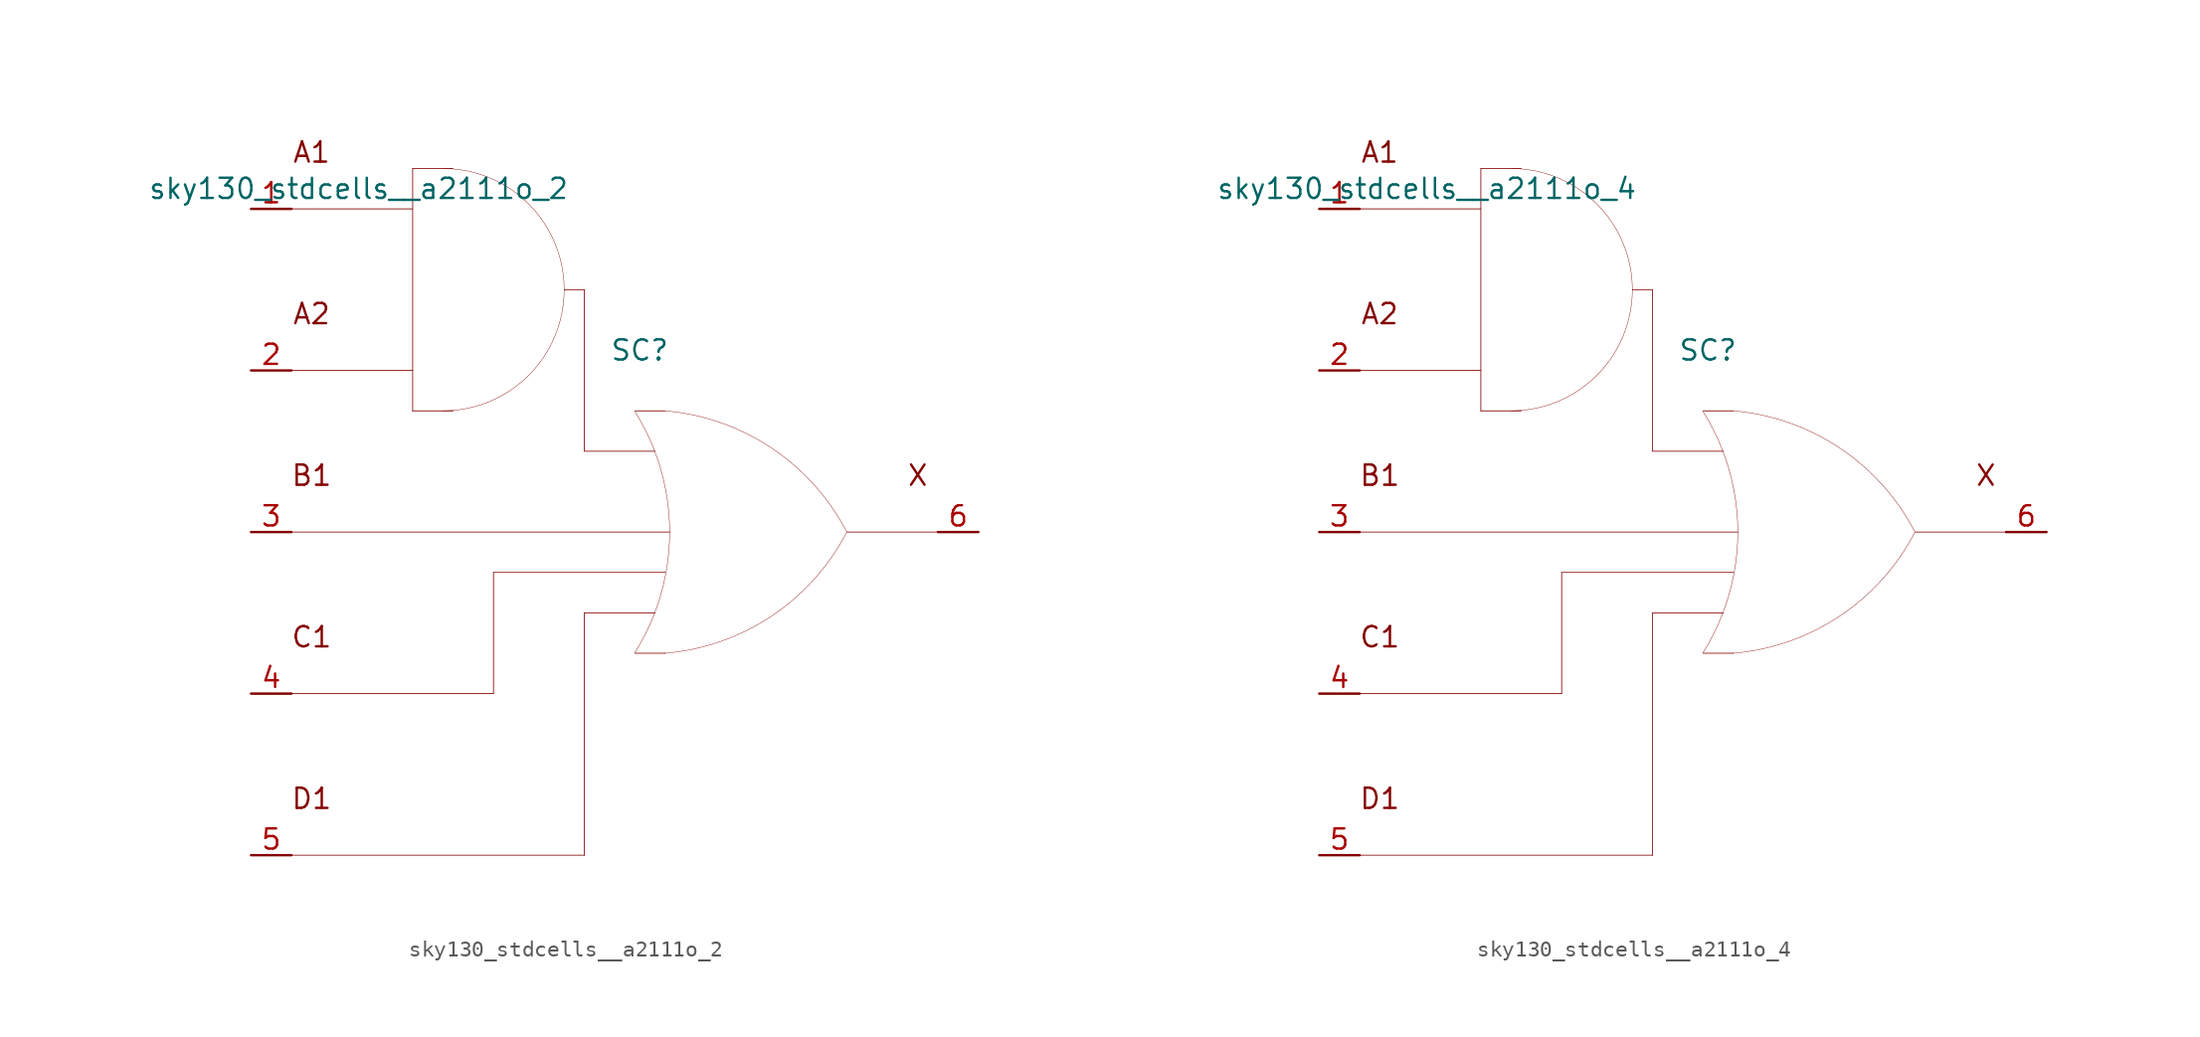
<source format=kicad_sym>
(kicad_symbol_lib
  (version 20211014)
  (generator kicad_symbol_editor)
  (symbol "sky130_stdcells__a2111o_2"
    (pin_names hide)
    (property "Reference" "SC"
      (at 1.575 11.43 0)
      (effects (font (size 1.27 1.27))))
    (property "Value" "sky130_stdcells__a2111o_2"
      (at -2.845 21.59 0)
      (effects (font (size 1.27 1.27)) (justify right)))
    (symbol "sky130_stdcells__a2111o_2_0_0"
      (arc (start -10.795 7.62) (mid -8.8228 7.8796) (end -6.985 8.6409) (stroke (width 0.0254) (type default) (color 0 0 0 0)) (fill (type none)))
      (arc (start -6.985 8.6409) (mid -5.4069 9.8519) (end -4.1959 11.43) (stroke (width 0.0254) (type default) (color 0 0 0 0)) (fill (type none)))
      (arc (start -6.985 21.8391) (mid -8.8228 22.6003) (end -10.795 22.86) (stroke (width 0.0254) (type default) (color 0 0 0 0)) (fill (type none)))
      (arc (start -4.1959 11.43) (mid -3.4347 13.2678) (end -3.175 15.24) (stroke (width 0.0254) (type default) (color 0 0 0 0)) (fill (type none)))
      (arc (start -4.1959 19.05) (mid -5.4069 20.6281) (end -6.985 21.8391) (stroke (width 0.0254) (type default) (color 0 0 0 0)) (fill (type none)))
      (arc (start -3.175 15.24) (mid -3.4346 17.2122) (end -4.1959 19.05) (stroke (width 0.0254) (type default) (color 0 0 0 0)) (fill (type none)))
      (polyline (pts (xy -20.32 -20.32) (xy -1.905 -20.32)) (stroke (width 0.051) (type default) (color 0 0 0 0)) (fill (type none)))
      (polyline (pts (xy -20.32 -10.16) (xy -7.62 -10.16)) (stroke (width 0.051) (type default) (color 0 0 0 0)) (fill (type none)))
      (polyline (pts (xy -20.32 0) (xy 3.454 0)) (stroke (width 0.051) (type default) (color 0 0 0 0)) (fill (type none)))
      (polyline (pts (xy -20.32 10.16) (xy -12.7 10.16)) (stroke (width 0.051) (type default) (color 0 0 0 0)) (fill (type none)))
      (polyline (pts (xy -20.32 20.32) (xy -12.7 20.32)) (stroke (width 0.051) (type default) (color 0 0 0 0)) (fill (type none)))
      (polyline (pts (xy -12.7 7.62) (xy -10.16 7.62)) (stroke (width 0.051) (type default) (color 0 0 0 0)) (fill (type none)))
      (polyline (pts (xy -12.7 22.86) (xy -12.7 7.62)) (stroke (width 0.051) (type default) (color 0 0 0 0)) (fill (type none)))
      (polyline (pts (xy -12.7 22.86) (xy -10.16 22.86)) (stroke (width 0.051) (type default) (color 0 0 0 0)) (fill (type none)))
      (polyline (pts (xy -7.62 -2.54) (xy -7.62 -10.16)) (stroke (width 0.051) (type default) (color 0 0 0 0)) (fill (type none)))
      (polyline (pts (xy -7.62 -2.54) (xy 3.175 -2.54)) (stroke (width 0.051) (type default) (color 0 0 0 0)) (fill (type none)))
      (polyline (pts (xy -3.175 15.24) (xy -1.905 15.24)) (stroke (width 0.051) (type default) (color 0 0 0 0)) (fill (type none)))
      (polyline (pts (xy -1.905 -5.08) (xy -1.905 -20.32)) (stroke (width 0.051) (type default) (color 0 0 0 0)) (fill (type none)))
      (polyline (pts (xy -1.905 -5.08) (xy 2.54 -5.08)) (stroke (width 0.051) (type default) (color 0 0 0 0)) (fill (type none)))
      (polyline (pts (xy -1.905 5.08) (xy 2.54 5.08)) (stroke (width 0.051) (type default) (color 0 0 0 0)) (fill (type none)))
      (polyline (pts (xy -1.905 15.24) (xy -1.905 5.08)) (stroke (width 0.051) (type default) (color 0 0 0 0)) (fill (type none)))
      (polyline (pts (xy 1.27 -7.62) (xy 3.175 -7.62)) (stroke (width 0.051) (type default) (color 0 0 0 0)) (fill (type none)))
      (polyline (pts (xy 1.27 7.62) (xy 3.175 7.62)) (stroke (width 0.051) (type default) (color 0 0 0 0)) (fill (type none)))
      (polyline (pts (xy 14.605 0) (xy 20.32 0)) (stroke (width 0.051) (type default) (color 0 0 0 0)) (fill (type none)))
      (arc (start 1.2495 -7.6142) (mid 1.907 -6.458) (end 2.4538 -5.2456) (stroke (width 0.0254) (type default) (color 0 0 0 0)) (fill (type none)))
      (arc (start 2.4538 -5.2456) (mid 2.8887 -3.9755) (end 3.202 -2.6701) (stroke (width 0.0254) (type default) (color 0 0 0 0)) (fill (type none)))
      (arc (start 2.472 5.1993) (mid 1.9238 6.4248) (end 1.2627 7.5932) (stroke (width 0.0254) (type default) (color 0 0 0 0)) (fill (type none)))
      (arc (start 3.1446 -7.6231) (mid 9.8386 -5.2986) (end 14.5755 -0.0284) (stroke (width 0.0254) (type default) (color 0 0 0 0)) (fill (type none)))
      (arc (start 3.202 -2.6701) (mid 3.3912 -1.341) (end 3.4544 0) (stroke (width 0.0254) (type default) (color 0 0 0 0)) (fill (type none)))
      (arc (start 3.2066 2.6456) (mid 2.8989 3.9396) (end 2.472 5.1993) (stroke (width 0.0254) (type default) (color 0 0 0 0)) (fill (type none)))
      (arc (start 3.4544 0) (mid 3.3923 1.3286) (end 3.2066 2.6456) (stroke (width 0.0254) (type default) (color 0 0 0 0)) (fill (type none)))
      (arc (start 14.5983 -0.0156) (mid 9.8798 5.271) (end 3.194 7.6189) (stroke (width 0.0254) (type default) (color 0 0 0 0)) (fill (type none)))
      (text "A1" (at -19.05 23.876 0) (effects (font (size 1.27 1.27))))
      (text "A2" (at -19.05 13.716 0) (effects (font (size 1.27 1.27))))
      (text "B1" (at -19.05 3.556 0) (effects (font (size 1.27 1.27))))
      (text "C1" (at -19.05 -6.604 0) (effects (font (size 1.27 1.27))))
      (text "D1" (at -19.05 -16.764 0) (effects (font (size 1.27 1.27))))
      (text "X" (at 19.05 3.556 0) (effects (font (size 1.27 1.27)))))
    (symbol "sky130_stdcells__a2111o_2_1_1"
      (pin input line (at -22.86 20.32 0) (length 2.54) (name "A1" (effects (font (size 1.092 1.092)))) (number "1" (effects (font (size 1.27 1.27)))))
      (pin input line (at -22.86 10.16 0) (length 2.54) (name "A2" (effects (font (size 1.092 1.092)))) (number "2" (effects (font (size 1.27 1.27)))))
      (pin input line (at -22.86 0 0) (length 2.54) (name "B1" (effects (font (size 1.092 1.092)))) (number "3" (effects (font (size 1.27 1.27)))))
      (pin input line (at -22.86 -10.16 0) (length 2.54) (name "C1" (effects (font (size 1.092 1.092)))) (number "4" (effects (font (size 1.27 1.27)))))
      (pin input line (at -22.86 -20.32 0) (length 2.54) (name "D1" (effects (font (size 1.092 1.092)))) (number "5" (effects (font (size 1.27 1.27)))))
      (pin output line (at 22.86 0 180) (length 2.54) (name "X" (effects (font (size 1.092 1.092)))) (number "6" (effects (font (size 1.27 1.27)))))))
  (symbol "sky130_stdcells__a2111o_4"
    (pin_names hide)
    (property "Reference" "SC"
      (at 1.575 11.43 0)
      (effects (font (size 1.27 1.27))))
    (property "Value" "sky130_stdcells__a2111o_4"
      (at -2.845 21.59 0)
      (effects (font (size 1.27 1.27)) (justify right)))
    (symbol "sky130_stdcells__a2111o_4_0_0"
      (arc (start -10.795 7.62) (mid -8.8228 7.8796) (end -6.985 8.6409) (stroke (width 0.0254) (type default) (color 0 0 0 0)) (fill (type none)))
      (arc (start -6.985 8.6409) (mid -5.4069 9.8519) (end -4.1959 11.43) (stroke (width 0.0254) (type default) (color 0 0 0 0)) (fill (type none)))
      (arc (start -6.985 21.8391) (mid -8.8228 22.6003) (end -10.795 22.86) (stroke (width 0.0254) (type default) (color 0 0 0 0)) (fill (type none)))
      (arc (start -4.1959 11.43) (mid -3.4347 13.2678) (end -3.175 15.24) (stroke (width 0.0254) (type default) (color 0 0 0 0)) (fill (type none)))
      (arc (start -4.1959 19.05) (mid -5.4069 20.6281) (end -6.985 21.8391) (stroke (width 0.0254) (type default) (color 0 0 0 0)) (fill (type none)))
      (arc (start -3.175 15.24) (mid -3.4346 17.2122) (end -4.1959 19.05) (stroke (width 0.0254) (type default) (color 0 0 0 0)) (fill (type none)))
      (polyline (pts (xy -20.32 -20.32) (xy -1.905 -20.32)) (stroke (width 0.051) (type default) (color 0 0 0 0)) (fill (type none)))
      (polyline (pts (xy -20.32 -10.16) (xy -7.62 -10.16)) (stroke (width 0.051) (type default) (color 0 0 0 0)) (fill (type none)))
      (polyline (pts (xy -20.32 0) (xy 3.454 0)) (stroke (width 0.051) (type default) (color 0 0 0 0)) (fill (type none)))
      (polyline (pts (xy -20.32 10.16) (xy -12.7 10.16)) (stroke (width 0.051) (type default) (color 0 0 0 0)) (fill (type none)))
      (polyline (pts (xy -20.32 20.32) (xy -12.7 20.32)) (stroke (width 0.051) (type default) (color 0 0 0 0)) (fill (type none)))
      (polyline (pts (xy -12.7 7.62) (xy -10.16 7.62)) (stroke (width 0.051) (type default) (color 0 0 0 0)) (fill (type none)))
      (polyline (pts (xy -12.7 22.86) (xy -12.7 7.62)) (stroke (width 0.051) (type default) (color 0 0 0 0)) (fill (type none)))
      (polyline (pts (xy -12.7 22.86) (xy -10.16 22.86)) (stroke (width 0.051) (type default) (color 0 0 0 0)) (fill (type none)))
      (polyline (pts (xy -7.62 -2.54) (xy -7.62 -10.16)) (stroke (width 0.051) (type default) (color 0 0 0 0)) (fill (type none)))
      (polyline (pts (xy -7.62 -2.54) (xy 3.175 -2.54)) (stroke (width 0.051) (type default) (color 0 0 0 0)) (fill (type none)))
      (polyline (pts (xy -3.175 15.24) (xy -1.905 15.24)) (stroke (width 0.051) (type default) (color 0 0 0 0)) (fill (type none)))
      (polyline (pts (xy -1.905 -5.08) (xy -1.905 -20.32)) (stroke (width 0.051) (type default) (color 0 0 0 0)) (fill (type none)))
      (polyline (pts (xy -1.905 -5.08) (xy 2.54 -5.08)) (stroke (width 0.051) (type default) (color 0 0 0 0)) (fill (type none)))
      (polyline (pts (xy -1.905 5.08) (xy 2.54 5.08)) (stroke (width 0.051) (type default) (color 0 0 0 0)) (fill (type none)))
      (polyline (pts (xy -1.905 15.24) (xy -1.905 5.08)) (stroke (width 0.051) (type default) (color 0 0 0 0)) (fill (type none)))
      (polyline (pts (xy 1.27 -7.62) (xy 3.175 -7.62)) (stroke (width 0.051) (type default) (color 0 0 0 0)) (fill (type none)))
      (polyline (pts (xy 1.27 7.62) (xy 3.175 7.62)) (stroke (width 0.051) (type default) (color 0 0 0 0)) (fill (type none)))
      (polyline (pts (xy 14.605 0) (xy 20.32 0)) (stroke (width 0.051) (type default) (color 0 0 0 0)) (fill (type none)))
      (arc (start 1.2495 -7.6142) (mid 1.907 -6.458) (end 2.4538 -5.2456) (stroke (width 0.0254) (type default) (color 0 0 0 0)) (fill (type none)))
      (arc (start 2.4538 -5.2456) (mid 2.8887 -3.9755) (end 3.202 -2.6701) (stroke (width 0.0254) (type default) (color 0 0 0 0)) (fill (type none)))
      (arc (start 2.472 5.1993) (mid 1.9238 6.4248) (end 1.2627 7.5932) (stroke (width 0.0254) (type default) (color 0 0 0 0)) (fill (type none)))
      (arc (start 3.1446 -7.6231) (mid 9.8386 -5.2986) (end 14.5755 -0.0284) (stroke (width 0.0254) (type default) (color 0 0 0 0)) (fill (type none)))
      (arc (start 3.202 -2.6701) (mid 3.3912 -1.341) (end 3.4544 0) (stroke (width 0.0254) (type default) (color 0 0 0 0)) (fill (type none)))
      (arc (start 3.2066 2.6456) (mid 2.8989 3.9396) (end 2.472 5.1993) (stroke (width 0.0254) (type default) (color 0 0 0 0)) (fill (type none)))
      (arc (start 3.4544 0) (mid 3.3923 1.3286) (end 3.2066 2.6456) (stroke (width 0.0254) (type default) (color 0 0 0 0)) (fill (type none)))
      (arc (start 14.5983 -0.0156) (mid 9.8798 5.271) (end 3.194 7.6189) (stroke (width 0.0254) (type default) (color 0 0 0 0)) (fill (type none)))
      (text "A1" (at -19.05 23.876 0) (effects (font (size 1.27 1.27))))
      (text "A2" (at -19.05 13.716 0) (effects (font (size 1.27 1.27))))
      (text "B1" (at -19.05 3.556 0) (effects (font (size 1.27 1.27))))
      (text "C1" (at -19.05 -6.604 0) (effects (font (size 1.27 1.27))))
      (text "D1" (at -19.05 -16.764 0) (effects (font (size 1.27 1.27))))
      (text "X" (at 19.05 3.556 0) (effects (font (size 1.27 1.27)))))
    (symbol "sky130_stdcells__a2111o_4_1_1"
      (pin input line (at -22.86 20.32 0) (length 2.54) (name "A1" (effects (font (size 1.092 1.092)))) (number "1" (effects (font (size 1.27 1.27)))))
      (pin input line (at -22.86 10.16 0) (length 2.54) (name "A2" (effects (font (size 1.092 1.092)))) (number "2" (effects (font (size 1.27 1.27)))))
      (pin input line (at -22.86 0 0) (length 2.54) (name "B1" (effects (font (size 1.092 1.092)))) (number "3" (effects (font (size 1.27 1.27)))))
      (pin input line (at -22.86 -10.16 0) (length 2.54) (name "C1" (effects (font (size 1.092 1.092)))) (number "4" (effects (font (size 1.27 1.27)))))
      (pin input line (at -22.86 -20.32 0) (length 2.54) (name "D1" (effects (font (size 1.092 1.092)))) (number "5" (effects (font (size 1.27 1.27)))))
      (pin output line (at 22.86 0 180) (length 2.54) (name "X" (effects (font (size 1.092 1.092)))) (number "6" (effects (font (size 1.27 1.27))))))))
</source>
